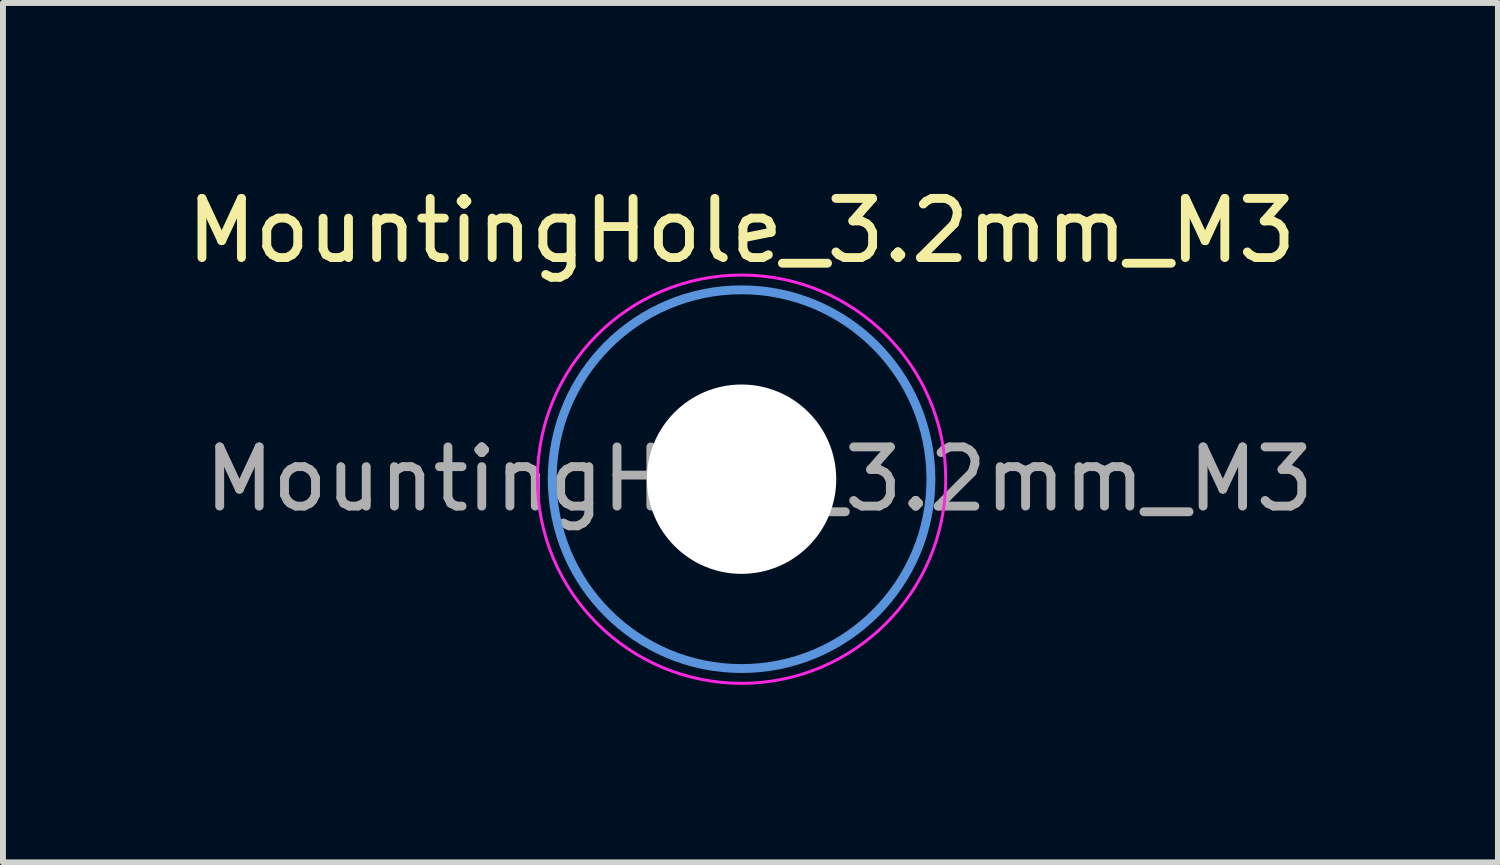
<source format=kicad_pcb>
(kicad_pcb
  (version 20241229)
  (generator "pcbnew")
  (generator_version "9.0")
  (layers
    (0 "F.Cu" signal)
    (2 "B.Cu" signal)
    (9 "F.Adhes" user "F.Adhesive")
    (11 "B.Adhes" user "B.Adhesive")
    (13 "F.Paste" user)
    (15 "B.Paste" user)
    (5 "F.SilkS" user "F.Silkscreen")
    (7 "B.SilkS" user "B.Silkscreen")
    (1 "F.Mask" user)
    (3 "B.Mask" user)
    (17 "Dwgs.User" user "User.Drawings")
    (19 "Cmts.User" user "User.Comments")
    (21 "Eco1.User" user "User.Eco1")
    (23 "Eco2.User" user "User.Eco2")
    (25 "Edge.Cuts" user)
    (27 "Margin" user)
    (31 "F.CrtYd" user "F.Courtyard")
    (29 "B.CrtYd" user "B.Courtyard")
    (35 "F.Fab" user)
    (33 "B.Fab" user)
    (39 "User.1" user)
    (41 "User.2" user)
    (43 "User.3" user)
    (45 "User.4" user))
  (footprint "MountingHole_3.2mm_M3"
    (layer "F.Cu")
    (at 9.482 5.048)
    (property "Reference" "MountingHole_3.2mm_M3" (at 0 -4.2 0) (layer "F.SilkS") (effects (font (size 1 1) (thickness 0.15))))
    (attr exclude_from_pos_files exclude_from_bom)
    (fp_circle (center 0 0) (end 3.2 0) (stroke (width 0.15) (type solid)) (fill no) (layer "Cmts.User"))
    (fp_circle (center 0 0) (end 3.45 0) (stroke (width 0.05) (type solid)) (fill no) (layer "F.CrtYd"))
    (fp_text user "${REFERENCE}" (at 0.3 0 0) (layer "F.Fab") (effects (font (size 1 1) (thickness 0.15))))
    (pad "" np_thru_hole circle (at 0 0 90) (size 3.2 3.2) (drill 3.2) (layers "*.Cu" "*.Mask")))
  (gr_rect
    (start -3 -3)
    (end 22.264 11.523)
    (stroke (width 0.1) (type default))
    (fill no)
    (layer "Edge.Cuts")))
</source>
